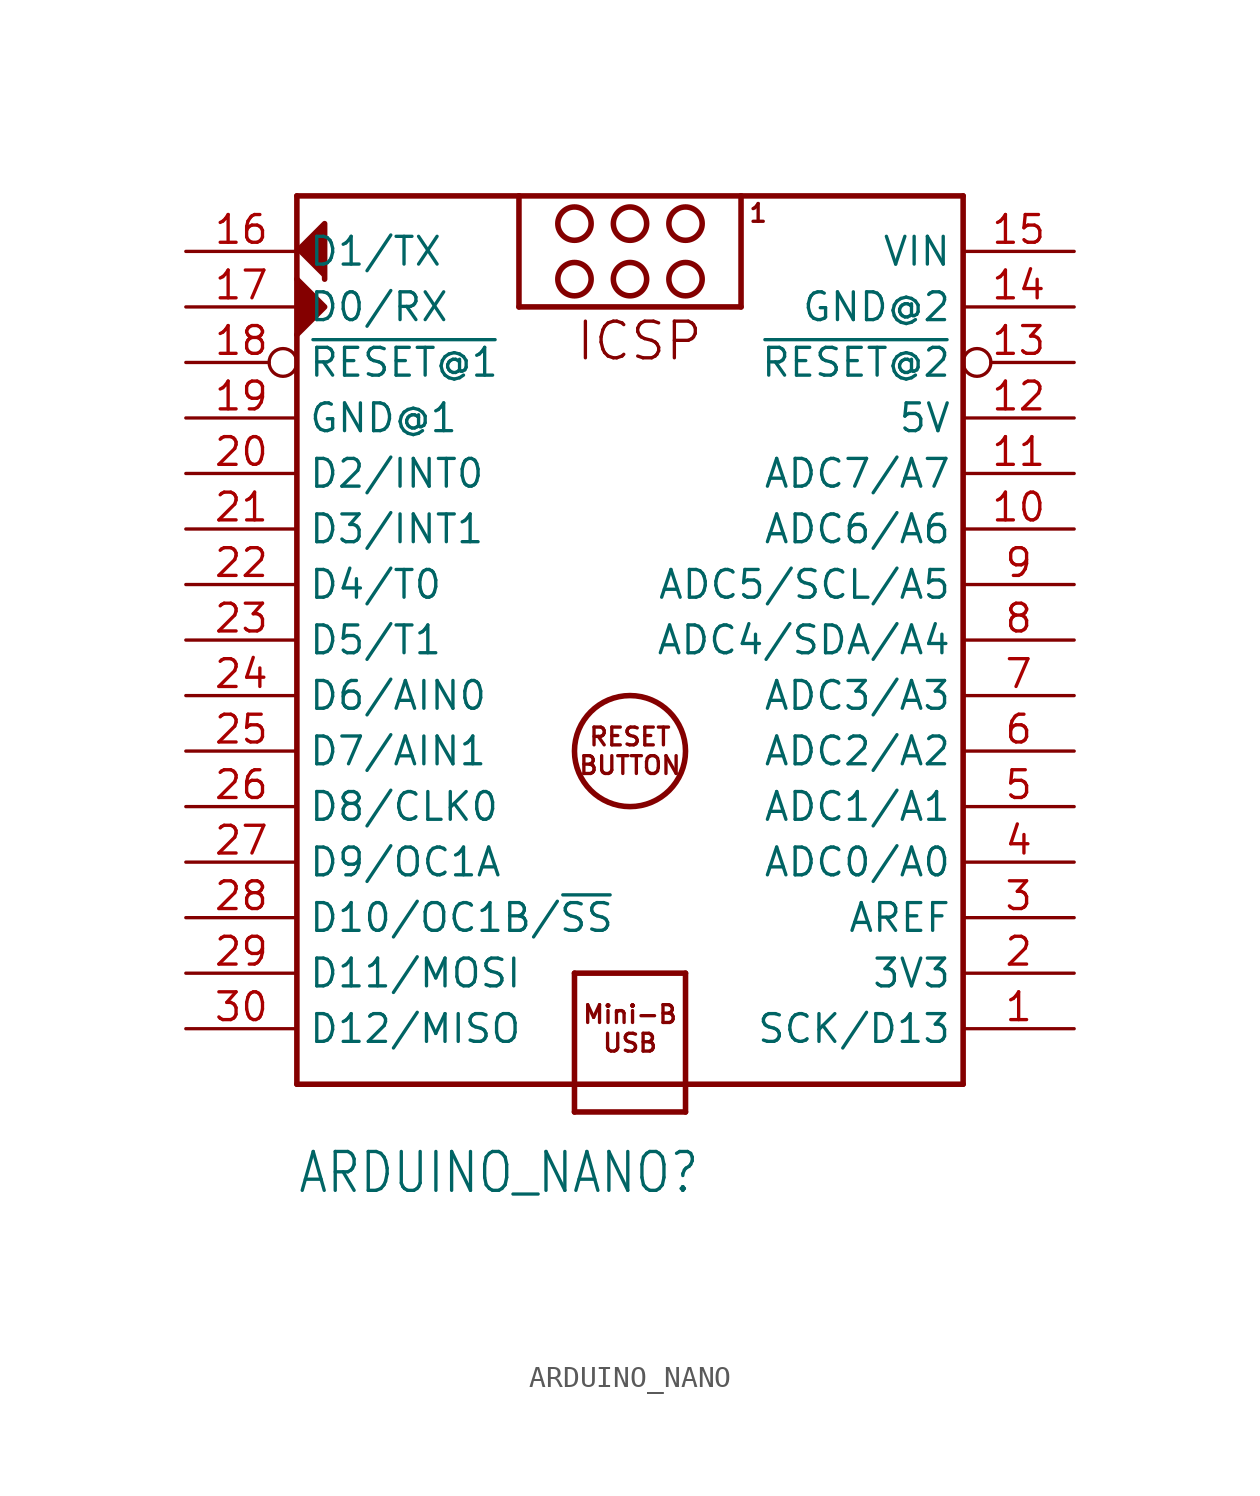
<source format=kicad_sym>
(kicad_symbol_lib
  (version 20220914)
  (generator kicad_symbol_editor)
  (symbol "ARDUINO_NANO"
    (property "Reference" "ARDUINO_NANO"
      (at -15.24 -20.32 0)
      (effects (font (size 1.778 1.511)) (justify left bottom)))
    (property "Value" ""
      (at -15.24 -22.86 0)
      (effects (font (size 1.778 1.511)) (justify left bottom)))
    (property "ki_locked" ""
      (at 0 0 0)
      (effects (font (size 1.27 1.27))))
    (symbol "ARDUINO_NANO_1_0"
      (circle (center -2.54 21.59) (radius 0.762) (stroke (width 0.254) (type solid)) (fill (type none)))
      (circle (center -2.54 24.13) (radius 0.762) (stroke (width 0.254) (type solid)) (fill (type none)))
      (polyline (pts (xy -15.24 -15.24) (xy -15.24 25.4)) (stroke (width 0.254) (type solid)) (fill (type none)))
      (polyline (pts (xy -15.24 25.4) (xy -5.08 25.4)) (stroke (width 0.254) (type solid)) (fill (type none)))
      (polyline (pts (xy -5.08 20.32) (xy 5.08 20.32)) (stroke (width 0.254) (type solid)) (fill (type none)))
      (polyline (pts (xy -5.08 25.4) (xy -5.08 20.32)) (stroke (width 0.254) (type solid)) (fill (type none)))
      (polyline (pts (xy -5.08 25.4) (xy 5.08 25.4)) (stroke (width 0.254) (type solid)) (fill (type none)))
      (polyline (pts (xy -2.54 -16.51) (xy 2.54 -16.51)) (stroke (width 0.254) (type solid)) (fill (type none)))
      (polyline (pts (xy -2.54 -10.16) (xy -2.54 -16.51)) (stroke (width 0.254) (type solid)) (fill (type none)))
      (polyline (pts (xy 2.54 -16.51) (xy 2.54 -10.16)) (stroke (width 0.254) (type solid)) (fill (type none)))
      (polyline (pts (xy 2.54 -10.16) (xy -2.54 -10.16)) (stroke (width 0.254) (type solid)) (fill (type none)))
      (polyline (pts (xy 5.08 20.32) (xy 5.08 25.4)) (stroke (width 0.254) (type solid)) (fill (type none)))
      (polyline (pts (xy 5.08 25.4) (xy 15.24 25.4)) (stroke (width 0.254) (type solid)) (fill (type none)))
      (polyline (pts (xy 15.24 -15.24) (xy -15.24 -15.24)) (stroke (width 0.254) (type solid)) (fill (type none)))
      (polyline (pts (xy 15.24 25.4) (xy 15.24 -15.24)) (stroke (width 0.254) (type solid)) (fill (type none)))
      (polyline (pts (xy -15.24 21.59) (xy -13.97 20.32) (xy -15.24 19.05)) (stroke (width 0.254) (type solid)) (fill (type outline)))
      (polyline (pts (xy -15.24 22.86) (xy -13.97 24.13) (xy -13.97 21.59)) (stroke (width 0.254) (type solid)) (fill (type outline)))
      (circle (center 0 0) (radius 2.54) (stroke (width 0.254) (type solid)) (fill (type none)))
      (circle (center 0 21.59) (radius 0.762) (stroke (width 0.254) (type solid)) (fill (type none)))
      (circle (center 0 24.13) (radius 0.762) (stroke (width 0.254) (type solid)) (fill (type none)))
      (circle (center 2.54 21.59) (radius 0.762) (stroke (width 0.254) (type solid)) (fill (type none)))
      (circle (center 2.54 24.13) (radius 0.762) (stroke (width 0.254) (type solid)) (fill (type none)))
      (text "1" (at 6.35 24.13 0) (effects (font (size 0.813 0.813)) (justify right bottom)))
      (text "ICSP" (at -2.54 17.78 0) (effects (font (size 1.676 1.676)) (justify left bottom)))
      (text "Mini-B\nUSB" (at 0 -12.7 0) (effects (font (size 0.813 0.813))))
      (text "RESET\nBUTTON" (at 0 0 0) (effects (font (size 0.813 0.813))))
      (pin bidirectional line (at 20.32 -12.7 180) (length 5.08) (name "SCK/D13" (effects (font (size 1.27 1.27)))) (number "1" (effects (font (size 1.27 1.27)))))
      (pin bidirectional line (at 20.32 10.16 180) (length 5.08) (name "ADC6/A6" (effects (font (size 1.27 1.27)))) (number "10" (effects (font (size 1.27 1.27)))))
      (pin bidirectional line (at 20.32 12.7 180) (length 5.08) (name "ADC7/A7" (effects (font (size 1.27 1.27)))) (number "11" (effects (font (size 1.27 1.27)))))
      (pin power_in line (at 20.32 15.24 180) (length 5.08) (name "5V" (effects (font (size 1.27 1.27)))) (number "12" (effects (font (size 1.27 1.27)))))
      (pin input inverted (at 20.32 17.78 180) (length 5.08) (name "~{RESET@2}" (effects (font (size 1.27 1.27)))) (number "13" (effects (font (size 1.27 1.27)))))
      (pin power_in line (at 20.32 20.32 180) (length 5.08) (name "GND@2" (effects (font (size 1.27 1.27)))) (number "14" (effects (font (size 1.27 1.27)))))
      (pin power_in line (at 20.32 22.86 180) (length 5.08) (name "VIN" (effects (font (size 1.27 1.27)))) (number "15" (effects (font (size 1.27 1.27)))))
      (pin bidirectional line (at -20.32 22.86 0) (length 5.08) (name "D1/TX" (effects (font (size 1.27 1.27)))) (number "16" (effects (font (size 1.27 1.27)))))
      (pin bidirectional line (at -20.32 20.32 0) (length 5.08) (name "D0/RX" (effects (font (size 1.27 1.27)))) (number "17" (effects (font (size 1.27 1.27)))))
      (pin input inverted (at -20.32 17.78 0) (length 5.08) (name "~{RESET@1}" (effects (font (size 1.27 1.27)))) (number "18" (effects (font (size 1.27 1.27)))))
      (pin power_in line (at -20.32 15.24 0) (length 5.08) (name "GND@1" (effects (font (size 1.27 1.27)))) (number "19" (effects (font (size 1.27 1.27)))))
      (pin output line (at 20.32 -10.16 180) (length 5.08) (name "3V3" (effects (font (size 1.27 1.27)))) (number "2" (effects (font (size 1.27 1.27)))))
      (pin bidirectional line (at -20.32 12.7 0) (length 5.08) (name "D2/INT0" (effects (font (size 1.27 1.27)))) (number "20" (effects (font (size 1.27 1.27)))))
      (pin bidirectional line (at -20.32 10.16 0) (length 5.08) (name "D3/INT1" (effects (font (size 1.27 1.27)))) (number "21" (effects (font (size 1.27 1.27)))))
      (pin bidirectional line (at -20.32 7.62 0) (length 5.08) (name "D4/T0" (effects (font (size 1.27 1.27)))) (number "22" (effects (font (size 1.27 1.27)))))
      (pin bidirectional line (at -20.32 5.08 0) (length 5.08) (name "D5/T1" (effects (font (size 1.27 1.27)))) (number "23" (effects (font (size 1.27 1.27)))))
      (pin bidirectional line (at -20.32 2.54 0) (length 5.08) (name "D6/AIN0" (effects (font (size 1.27 1.27)))) (number "24" (effects (font (size 1.27 1.27)))))
      (pin bidirectional line (at -20.32 0 0) (length 5.08) (name "D7/AIN1" (effects (font (size 1.27 1.27)))) (number "25" (effects (font (size 1.27 1.27)))))
      (pin bidirectional line (at -20.32 -2.54 0) (length 5.08) (name "D8/CLK0" (effects (font (size 1.27 1.27)))) (number "26" (effects (font (size 1.27 1.27)))))
      (pin bidirectional line (at -20.32 -5.08 0) (length 5.08) (name "D9/OC1A" (effects (font (size 1.27 1.27)))) (number "27" (effects (font (size 1.27 1.27)))))
      (pin bidirectional line (at -20.32 -7.62 0) (length 5.08) (name "D10/OC1B/~{SS}" (effects (font (size 1.27 1.27)))) (number "28" (effects (font (size 1.27 1.27)))))
      (pin bidirectional line (at -20.32 -10.16 0) (length 5.08) (name "D11/MOSI" (effects (font (size 1.27 1.27)))) (number "29" (effects (font (size 1.27 1.27)))))
      (pin input line (at 20.32 -7.62 180) (length 5.08) (name "AREF" (effects (font (size 1.27 1.27)))) (number "3" (effects (font (size 1.27 1.27)))))
      (pin bidirectional line (at -20.32 -12.7 0) (length 5.08) (name "D12/MISO" (effects (font (size 1.27 1.27)))) (number "30" (effects (font (size 1.27 1.27)))))
      (pin bidirectional line (at 20.32 -5.08 180) (length 5.08) (name "ADC0/A0" (effects (font (size 1.27 1.27)))) (number "4" (effects (font (size 1.27 1.27)))))
      (pin bidirectional line (at 20.32 -2.54 180) (length 5.08) (name "ADC1/A1" (effects (font (size 1.27 1.27)))) (number "5" (effects (font (size 1.27 1.27)))))
      (pin bidirectional line (at 20.32 0 180) (length 5.08) (name "ADC2/A2" (effects (font (size 1.27 1.27)))) (number "6" (effects (font (size 1.27 1.27)))))
      (pin bidirectional line (at 20.32 2.54 180) (length 5.08) (name "ADC3/A3" (effects (font (size 1.27 1.27)))) (number "7" (effects (font (size 1.27 1.27)))))
      (pin bidirectional line (at 20.32 5.08 180) (length 5.08) (name "ADC4/SDA/A4" (effects (font (size 1.27 1.27)))) (number "8" (effects (font (size 1.27 1.27)))))
      (pin bidirectional line (at 20.32 7.62 180) (length 5.08) (name "ADC5/SCL/A5" (effects (font (size 1.27 1.27)))) (number "9" (effects (font (size 1.27 1.27))))))))
</source>
